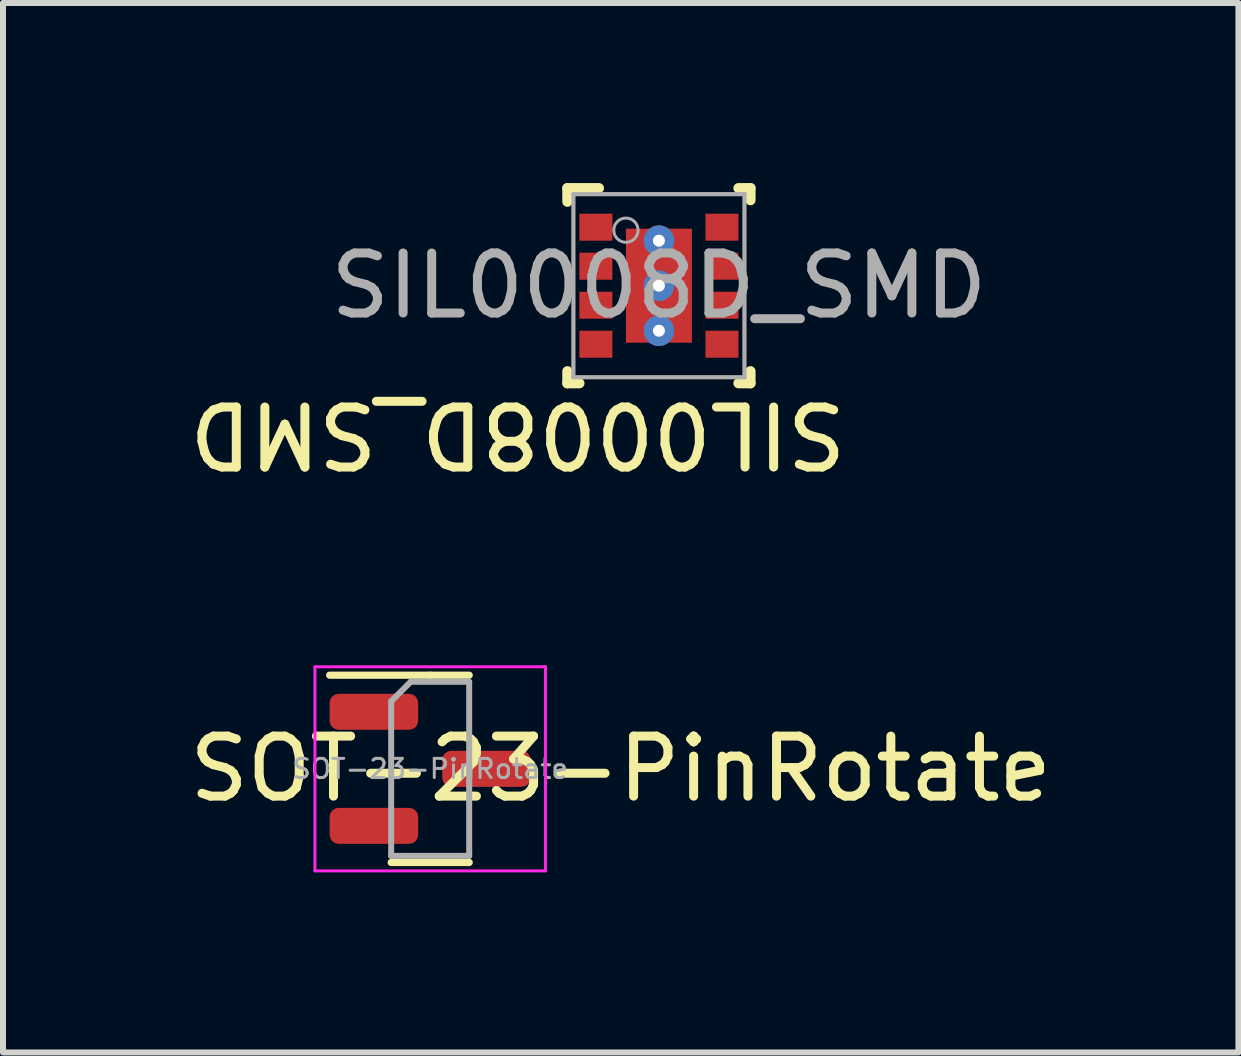
<source format=kicad_pcb>
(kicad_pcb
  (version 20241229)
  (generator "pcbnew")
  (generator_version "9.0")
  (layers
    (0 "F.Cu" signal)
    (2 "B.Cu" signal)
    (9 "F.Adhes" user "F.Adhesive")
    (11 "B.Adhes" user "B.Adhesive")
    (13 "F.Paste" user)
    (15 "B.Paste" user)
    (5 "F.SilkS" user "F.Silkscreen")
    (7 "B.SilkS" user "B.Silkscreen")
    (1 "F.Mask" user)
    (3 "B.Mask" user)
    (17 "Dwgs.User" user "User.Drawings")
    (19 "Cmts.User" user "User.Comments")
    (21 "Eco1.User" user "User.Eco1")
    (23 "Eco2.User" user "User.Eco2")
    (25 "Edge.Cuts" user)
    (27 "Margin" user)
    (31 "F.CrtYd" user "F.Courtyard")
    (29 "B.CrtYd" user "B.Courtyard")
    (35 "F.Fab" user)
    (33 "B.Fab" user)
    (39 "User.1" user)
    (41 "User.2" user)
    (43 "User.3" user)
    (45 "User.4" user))
  (footprint "SIL0008D_SMD"
    (layer "F.Cu")
    (at 7.928 1.71)
    (property "Reference" "SIL0008D_SMD" (at -2.351 2.476 180) (unlocked yes) (layer "F.SilkS") (effects (font (size 1 1) (thickness 0.15))))
    (attr smd)
    (fp_line (start -1.525 -1.625) (end -1 -1.625) (stroke (width 0.17) (type solid)) (layer "F.SilkS"))
    (fp_line (start -1.525 -1.4) (end -1.525 -1.625) (stroke (width 0.17) (type solid)) (layer "F.SilkS"))
    (fp_line (start -1.525 1.625) (end -1.525 1.425) (stroke (width 0.17) (type solid)) (layer "F.SilkS"))
    (fp_line (start -1.525 1.625) (end -1.325 1.625) (stroke (width 0.17) (type solid)) (layer "F.SilkS"))
    (fp_line (start 1.325 -1.625) (end 1.525 -1.625) (stroke (width 0.17) (type solid)) (layer "F.SilkS"))
    (fp_line (start 1.325 1.625) (end 1.525 1.625) (stroke (width 0.17) (type solid)) (layer "F.SilkS"))
    (fp_line (start 1.525 -1.425) (end 1.525 -1.625) (stroke (width 0.17) (type solid)) (layer "F.SilkS"))
    (fp_line (start 1.525 1.625) (end 1.525 1.425) (stroke (width 0.17) (type solid)) (layer "F.SilkS"))
    (fp_poly (pts (xy -0.52 -0.151) (xy -0.52 -0.899) (xy -0.519 -0.909) (xy -0.516 -0.919) (xy -0.511 -0.927) (xy -0.505 -0.935) (xy -0.497 -0.941) (xy -0.489 -0.946) (xy -0.479 -0.949) (xy -0.469 -0.95) (xy 0.469 -0.95) (xy 0.479 -0.949) (xy 0.489 -0.946) (xy 0.497 -0.941) (xy 0.505 -0.935) (xy 0.511 -0.927) (xy 0.516 -0.919) (xy 0.519 -0.909) (xy 0.52 -0.899) (xy 0.52 -0.151) (xy 0.519 -0.141) (xy 0.516 -0.131) (xy 0.511 -0.123) (xy 0.505 -0.115) (xy 0.497 -0.109) (xy 0.489 -0.104) (xy 0.479 -0.101) (xy 0.469 -0.1) (xy -0.469 -0.1) (xy -0.479 -0.101) (xy -0.489 -0.104) (xy -0.497 -0.109) (xy -0.505 -0.115) (xy -0.511 -0.123) (xy -0.516 -0.131) (xy -0.519 -0.141)) (stroke (width 0) (type solid)) (fill yes) (layer "F.Paste"))
    (fp_poly (pts (xy -0.52 0.899) (xy -0.52 0.151) (xy -0.519 0.141) (xy -0.516 0.131) (xy -0.511 0.123) (xy -0.505 0.115) (xy -0.497 0.109) (xy -0.489 0.104) (xy -0.479 0.101) (xy -0.469 0.1) (xy 0.469 0.1) (xy 0.479 0.101) (xy 0.489 0.104) (xy 0.497 0.109) (xy 0.505 0.115) (xy 0.511 0.123) (xy 0.516 0.131) (xy 0.519 0.141) (xy 0.52 0.151) (xy 0.52 0.899) (xy 0.519 0.909) (xy 0.516 0.919) (xy 0.511 0.927) (xy 0.505 0.935) (xy 0.497 0.941) (xy 0.489 0.946) (xy 0.479 0.949) (xy 0.469 0.95) (xy -0.469 0.95) (xy -0.479 0.949) (xy -0.489 0.946) (xy -0.497 0.941) (xy -0.505 0.935) (xy -0.511 0.927) (xy -0.516 0.919) (xy -0.519 0.909)) (stroke (width 0) (type solid)) (fill yes) (layer "F.Paste"))
    (fp_line (start -1.425 -1.525) (end 1.425 -1.525) (stroke (width 0.07) (type solid)) (layer "F.Fab"))
    (fp_line (start -1.425 1.525) (end -1.425 -1.525) (stroke (width 0.07) (type solid)) (layer "F.Fab"))
    (fp_line (start -1.425 1.525) (end 1.425 1.525) (stroke (width 0.07) (type solid)) (layer "F.Fab"))
    (fp_line (start 1.425 1.525) (end 1.425 -1.525) (stroke (width 0.07) (type solid)) (layer "F.Fab"))
    (fp_circle (center -0.55 -0.925) (end -0.348 -0.925) (stroke (width 0.05) (type solid)) (fill no) (layer "F.Fab"))
    (fp_text user "${REFERENCE}" (at 0 0 0) (unlocked yes) (layer "F.Fab") (effects (font (size 1 1) (thickness 0.15))))
    (pad "1" smd rect (at -1.05 -0.975) (size 0.55 0.45) (layers "F.Cu" "F.Mask" "F.Paste"))
    (pad "2" smd rect (at -1.05 -0.325) (size 0.55 0.45) (layers "F.Cu" "F.Mask" "F.Paste"))
    (pad "3" smd rect (at -1.05 0.325) (size 0.55 0.45) (layers "F.Cu" "F.Mask" "F.Paste"))
    (pad "4" smd rect (at -1.05 0.975) (size 0.55 0.45) (layers "F.Cu" "F.Mask" "F.Paste"))
    (pad "5" smd rect (at 1.05 0.975) (size 0.55 0.45) (layers "F.Cu" "F.Mask" "F.Paste"))
    (pad "6" smd rect (at 1.05 0.325) (size 0.55 0.45) (layers "F.Cu" "F.Mask" "F.Paste"))
    (pad "7" smd rect (at 1.05 -0.325) (size 0.55 0.45) (layers "F.Cu" "F.Mask" "F.Paste"))
    (pad "8" smd rect (at 1.05 -0.975) (size 0.55 0.45) (layers "F.Cu" "F.Mask" "F.Paste"))
    (pad "9" thru_hole circle (at 0 -0.75) (size 0.51 0.51) (drill 0.2) (layers "*.Cu" "*.Mask"))
    (pad "9" thru_hole circle (at 0 0) (size 0.51 0.51) (drill 0.2) (layers "*.Cu" "*.Mask"))
    (pad "9" smd rect (at 0 0) (size 1.1 1.9) (layers "F.Cu" "F.Mask" "F.Paste"))
    (pad "9" thru_hole circle (at 0 0.75) (size 0.51 0.51) (drill 0.2) (layers "*.Cu" "*.Mask")))
  (footprint "SOT-23-PinRotate"
    (layer "F.Cu")
    (at 4.117 9.759)
    (property "Reference" "SOT-23-PinRotate" (at 3.175 0 0) (layer "F.SilkS") (effects (font (size 1 1) (thickness 0.15))))
    (attr smd)
    (fp_line (start 0 -1.56) (end -1.675 -1.56) (stroke (width 0.12) (type solid)) (layer "F.SilkS"))
    (fp_line (start 0 -1.56) (end 0.65 -1.56) (stroke (width 0.12) (type solid)) (layer "F.SilkS"))
    (fp_line (start 0 1.56) (end -0.65 1.56) (stroke (width 0.12) (type solid)) (layer "F.SilkS"))
    (fp_line (start 0 1.56) (end 0.65 1.56) (stroke (width 0.12) (type solid)) (layer "F.SilkS"))
    (fp_line (start -1.92 -1.7) (end -1.92 1.7) (stroke (width 0.05) (type solid)) (layer "F.CrtYd"))
    (fp_line (start -1.92 1.7) (end 1.92 1.7) (stroke (width 0.05) (type solid)) (layer "F.CrtYd"))
    (fp_line (start 1.92 -1.7) (end -1.92 -1.7) (stroke (width 0.05) (type solid)) (layer "F.CrtYd"))
    (fp_line (start 1.92 1.7) (end 1.92 -1.7) (stroke (width 0.05) (type solid)) (layer "F.CrtYd"))
    (fp_line (start -0.65 -1.125) (end -0.325 -1.45) (stroke (width 0.1) (type solid)) (layer "F.Fab"))
    (fp_line (start -0.65 1.45) (end -0.65 -1.125) (stroke (width 0.1) (type solid)) (layer "F.Fab"))
    (fp_line (start -0.325 -1.45) (end 0.65 -1.45) (stroke (width 0.1) (type solid)) (layer "F.Fab"))
    (fp_line (start 0.65 -1.45) (end 0.65 1.45) (stroke (width 0.1) (type solid)) (layer "F.Fab"))
    (fp_line (start 0.65 1.45) (end -0.65 1.45) (stroke (width 0.1) (type solid)) (layer "F.Fab"))
    (fp_text user "${REFERENCE}" (at 0 0 0) (layer "F.Fab") (effects (font (size 0.32 0.32) (thickness 0.05))))
    (pad "1" smd roundrect (at 0.938 0) (size 1.475 0.6) (layers "F.Cu" "F.Mask" "F.Paste") (roundrect_rratio 0.25))
    (pad "2" smd roundrect (at -0.938 0.95) (size 1.475 0.6) (layers "F.Cu" "F.Mask" "F.Paste") (roundrect_rratio 0.25))
    (pad "3" smd roundrect (at -0.938 -0.95) (size 1.475 0.6) (layers "F.Cu" "F.Mask" "F.Paste") (roundrect_rratio 0.25)))
  (gr_rect
    (start -3 -3)
    (end 17.583 14.484)
    (stroke (width 0.1) (type default))
    (fill no)
    (layer "Edge.Cuts")))
</source>
